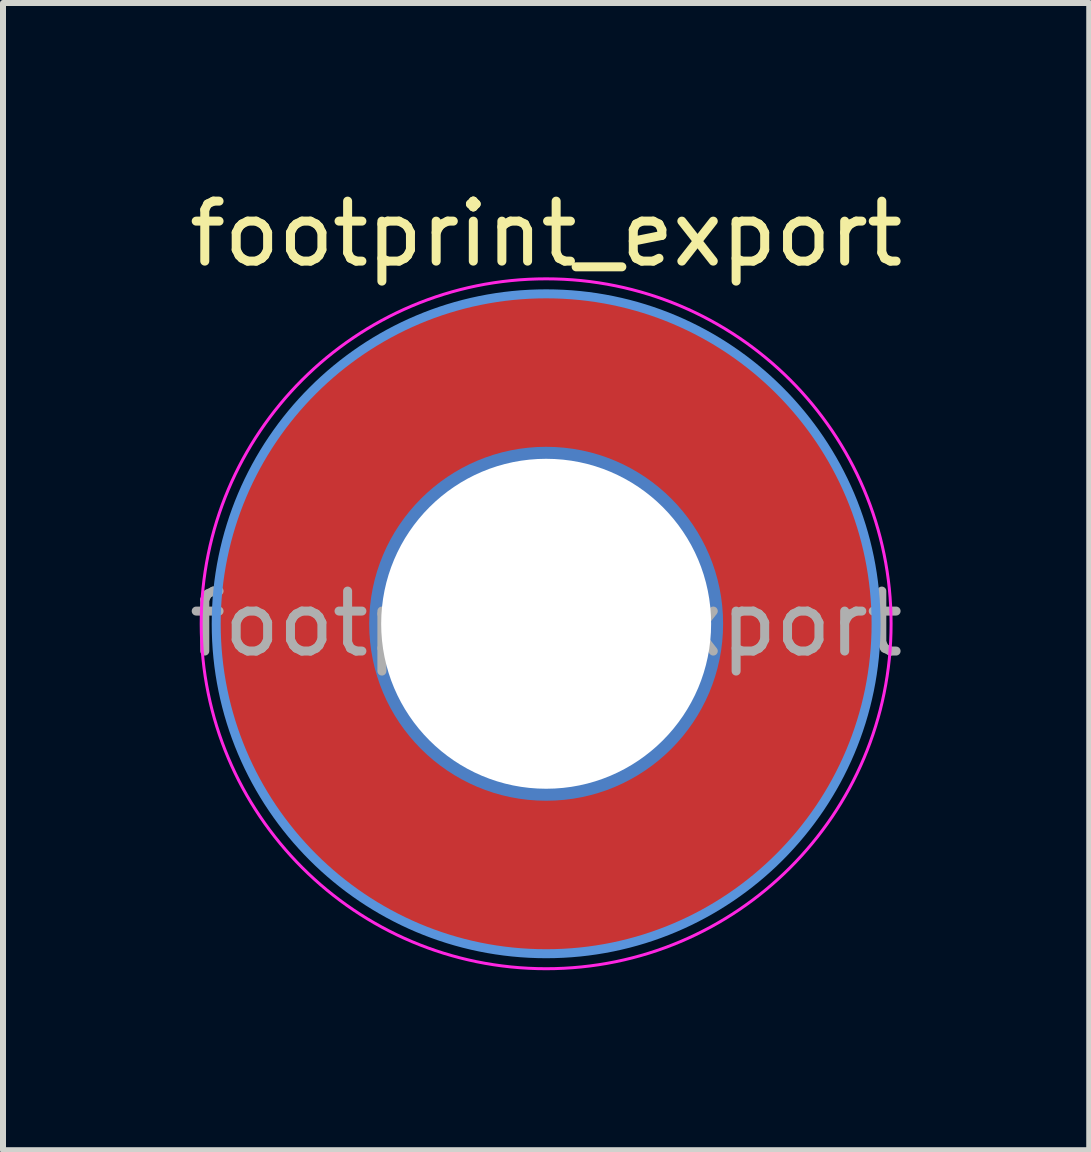
<source format=kicad_pcb>
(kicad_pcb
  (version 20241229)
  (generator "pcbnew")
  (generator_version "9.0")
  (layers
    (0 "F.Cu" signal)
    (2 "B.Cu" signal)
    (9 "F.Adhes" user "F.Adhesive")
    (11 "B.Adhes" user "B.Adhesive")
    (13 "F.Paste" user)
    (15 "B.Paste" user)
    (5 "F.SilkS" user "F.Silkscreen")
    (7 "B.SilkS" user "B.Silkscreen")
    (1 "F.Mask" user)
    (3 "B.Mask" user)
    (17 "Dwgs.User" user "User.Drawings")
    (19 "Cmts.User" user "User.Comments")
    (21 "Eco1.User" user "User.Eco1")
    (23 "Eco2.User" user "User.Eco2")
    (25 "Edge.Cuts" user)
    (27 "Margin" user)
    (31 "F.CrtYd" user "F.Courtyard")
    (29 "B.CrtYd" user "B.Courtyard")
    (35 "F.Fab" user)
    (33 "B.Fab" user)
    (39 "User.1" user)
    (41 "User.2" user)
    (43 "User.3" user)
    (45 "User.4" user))
  (footprint "footprint_export"
    (layer "F.Cu")
    (at 6.054 7.348)
    (property "Reference" "footprint_export" (at 0 -6.5 0) (layer "F.SilkS") (effects (font (size 1 1) (thickness 0.15))))
    (attr exclude_from_pos_files exclude_from_bom)
    (fp_circle (center 0 0) (end 5.5 0) (stroke (width 0.15) (type solid)) (fill no) (layer "Cmts.User"))
    (fp_circle (center 0 0) (end 5.75 0) (stroke (width 0.05) (type solid)) (fill no) (layer "F.CrtYd"))
    (fp_text user "${REFERENCE}" (at 0 0 0) (layer "F.Fab") (effects (font (size 1 1) (thickness 0.15))))
    (pad "1" thru_hole circle (at 0 0) (size 5.9 5.9) (drill 5.5) (layers "*.Cu" "*.Mask"))
    (pad "1" connect circle (at 0 0) (size 11 11) (layers "F.Cu" "F.Mask")))
  (gr_rect
    (start -3 -3)
    (end 15.107 16.123)
    (stroke (width 0.1) (type default))
    (fill no)
    (layer "Edge.Cuts")))
</source>
